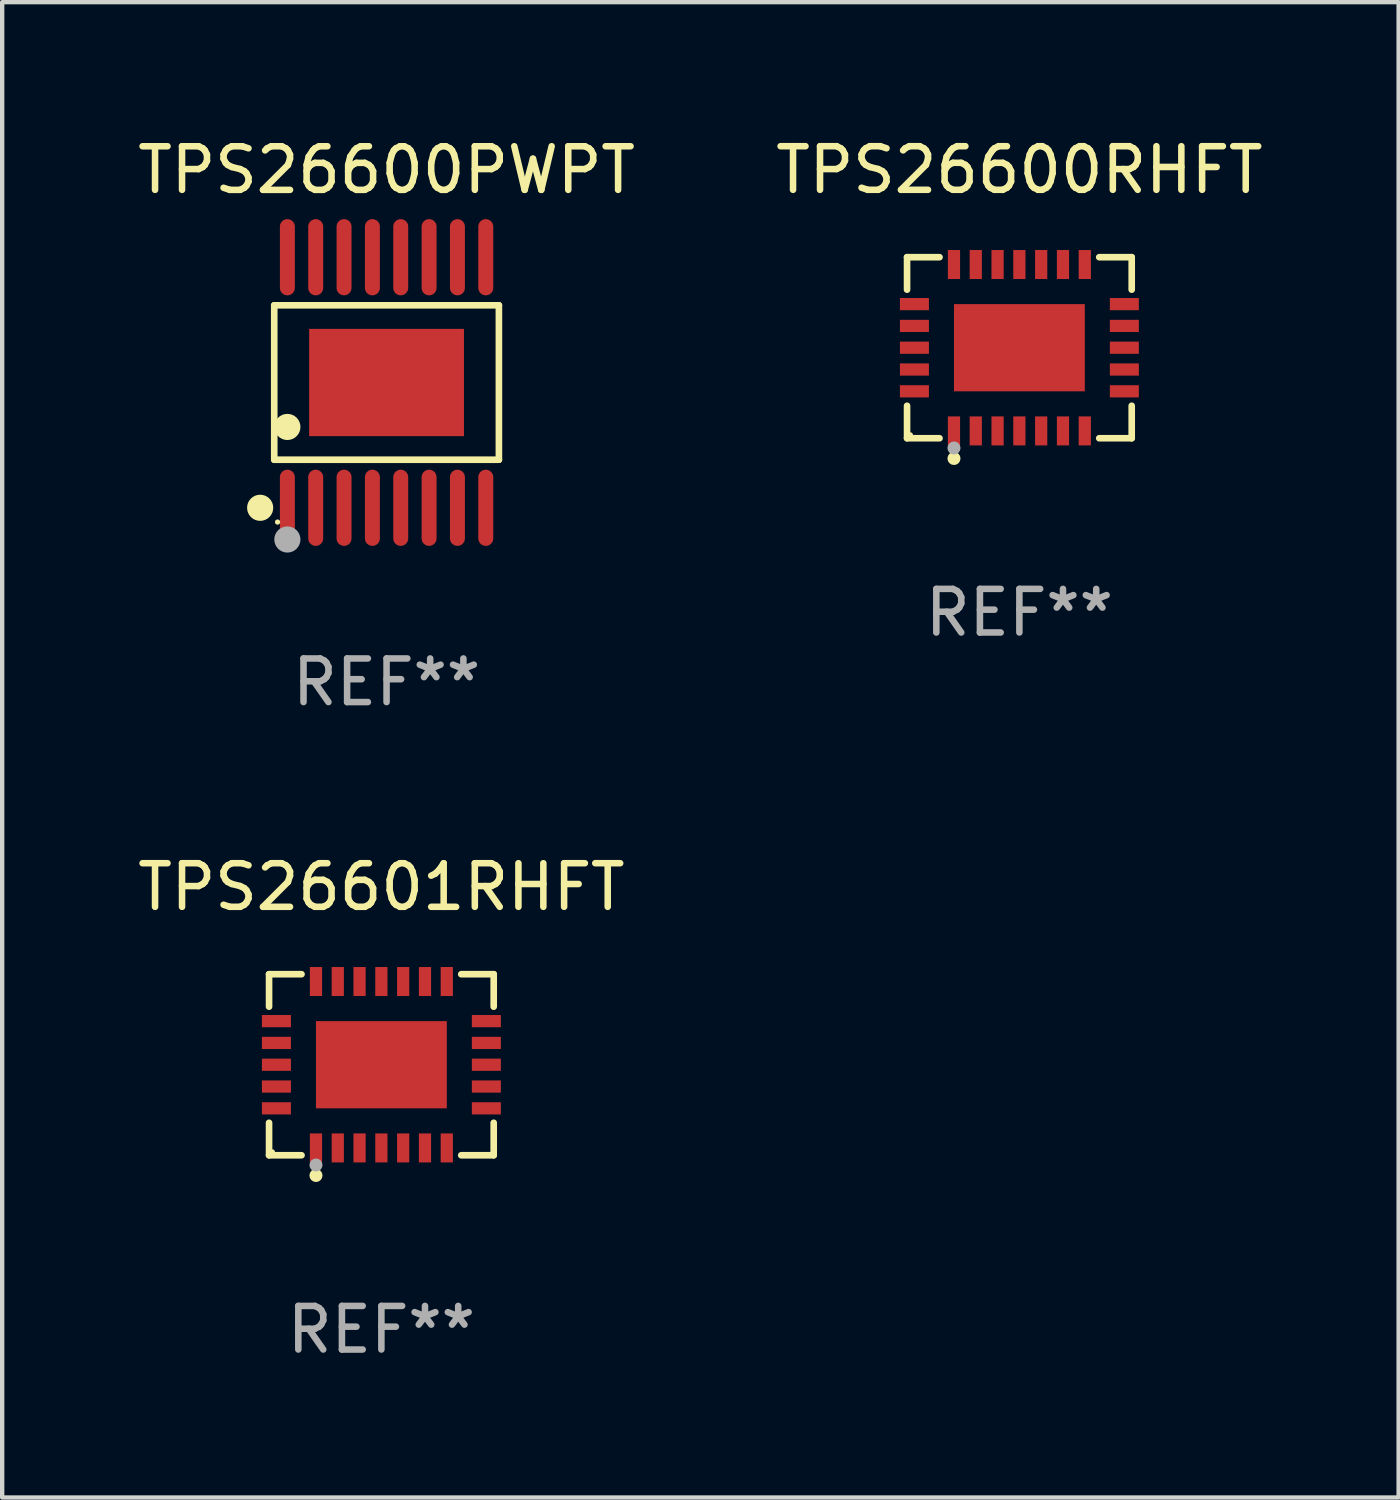
<source format=kicad_pcb>
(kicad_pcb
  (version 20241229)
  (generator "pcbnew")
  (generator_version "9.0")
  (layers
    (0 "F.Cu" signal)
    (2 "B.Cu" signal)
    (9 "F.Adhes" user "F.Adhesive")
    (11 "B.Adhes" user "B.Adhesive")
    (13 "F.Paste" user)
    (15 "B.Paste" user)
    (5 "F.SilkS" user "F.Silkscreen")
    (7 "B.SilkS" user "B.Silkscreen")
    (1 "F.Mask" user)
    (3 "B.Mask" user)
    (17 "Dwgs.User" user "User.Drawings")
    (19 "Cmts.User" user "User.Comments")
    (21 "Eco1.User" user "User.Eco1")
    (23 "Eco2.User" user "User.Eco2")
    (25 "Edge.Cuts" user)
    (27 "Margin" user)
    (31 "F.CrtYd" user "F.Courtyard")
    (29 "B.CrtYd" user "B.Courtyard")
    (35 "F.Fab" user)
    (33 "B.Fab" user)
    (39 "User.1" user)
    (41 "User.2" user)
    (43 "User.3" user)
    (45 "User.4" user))
  (footprint "TPS26601RHFT"
    (layer "F.Cu")
    (at 5.696 21.367)
    (property "Reference" "TPS26601RHFT" (at 0 -4.076 0) (layer "F.SilkS") (effects (font (size 1 1) (thickness 0.15))))
    (attr through_hole)
    (fp_line (start -2.576 -2.076) (end -1.831 -2.076) (stroke (width 0.152) (type solid)) (layer "F.SilkS"))
    (fp_line (start -2.576 -1.331) (end -2.576 -2.076) (stroke (width 0.152) (type solid)) (layer "F.SilkS"))
    (fp_line (start -2.576 1.331) (end -2.576 2.076) (stroke (width 0.152) (type solid)) (layer "F.SilkS"))
    (fp_line (start -2.576 2.076) (end -1.831 2.076) (stroke (width 0.152) (type solid)) (layer "F.SilkS"))
    (fp_line (start 2.576 -2.076) (end 1.831 -2.076) (stroke (width 0.152) (type solid)) (layer "F.SilkS"))
    (fp_line (start 2.576 -1.331) (end 2.576 -2.076) (stroke (width 0.152) (type solid)) (layer "F.SilkS"))
    (fp_line (start 2.576 1.331) (end 2.576 2.076) (stroke (width 0.152) (type solid)) (layer "F.SilkS"))
    (fp_line (start 2.576 2.076) (end 1.831 2.076) (stroke (width 0.152) (type solid)) (layer "F.SilkS"))
    (fp_circle (center -2.5 2) (end -2.47 2) (stroke (width 0.06) (type solid)) (fill no) (layer "F.SilkS"))
    (fp_circle (center -1.5 2.54) (end -1.425 2.54) (stroke (width 0.15) (type solid)) (fill no) (layer "F.SilkS"))
    (fp_circle (center -1.5 2.3) (end -1.425 2.3) (stroke (width 0.15) (type solid)) (fill no) (layer "F.Fab"))
    (fp_text user "REF**" (at 0 6.076 0) (layer "F.Fab") (effects (font (size 1 1) (thickness 0.15))))
    (pad "1" smd rect (at -1.5 1.908) (size 0.28 0.665) (layers "F.Cu" "F.Mask" "F.Paste"))
    (pad "2" smd rect (at -1 1.908) (size 0.28 0.665) (layers "F.Cu" "F.Mask" "F.Paste"))
    (pad "3" smd rect (at -0.5 1.908) (size 0.28 0.665) (layers "F.Cu" "F.Mask" "F.Paste"))
    (pad "4" smd rect (at 0 1.908) (size 0.28 0.665) (layers "F.Cu" "F.Mask" "F.Paste"))
    (pad "5" smd rect (at 0.5 1.908) (size 0.28 0.665) (layers "F.Cu" "F.Mask" "F.Paste"))
    (pad "6" smd rect (at 1 1.908) (size 0.28 0.665) (layers "F.Cu" "F.Mask" "F.Paste"))
    (pad "7" smd rect (at 1.5 1.908) (size 0.28 0.665) (layers "F.Cu" "F.Mask" "F.Paste"))
    (pad "8" smd rect (at 2.407 1) (size 0.665 0.28) (layers "F.Cu" "F.Mask" "F.Paste"))
    (pad "9" smd rect (at 2.407 0.5) (size 0.665 0.28) (layers "F.Cu" "F.Mask" "F.Paste"))
    (pad "10" smd rect (at 2.407 0) (size 0.665 0.28) (layers "F.Cu" "F.Mask" "F.Paste"))
    (pad "11" smd rect (at 2.407 -0.5) (size 0.665 0.28) (layers "F.Cu" "F.Mask" "F.Paste"))
    (pad "12" smd rect (at 2.407 -1) (size 0.665 0.28) (layers "F.Cu" "F.Mask" "F.Paste"))
    (pad "13" smd rect (at 1.5 -1.908) (size 0.28 0.665) (layers "F.Cu" "F.Mask" "F.Paste"))
    (pad "14" smd rect (at 1 -1.908) (size 0.28 0.665) (layers "F.Cu" "F.Mask" "F.Paste"))
    (pad "15" smd rect (at 0.5 -1.908) (size 0.28 0.665) (layers "F.Cu" "F.Mask" "F.Paste"))
    (pad "16" smd rect (at 0 -1.908) (size 0.28 0.665) (layers "F.Cu" "F.Mask" "F.Paste"))
    (pad "17" smd rect (at -0.5 -1.908) (size 0.28 0.665) (layers "F.Cu" "F.Mask" "F.Paste"))
    (pad "18" smd rect (at -1 -1.908) (size 0.28 0.665) (layers "F.Cu" "F.Mask" "F.Paste"))
    (pad "19" smd rect (at -1.5 -1.908) (size 0.28 0.665) (layers "F.Cu" "F.Mask" "F.Paste"))
    (pad "20" smd rect (at -2.407 -1) (size 0.665 0.28) (layers "F.Cu" "F.Mask" "F.Paste"))
    (pad "21" smd rect (at -2.407 -0.5) (size 0.665 0.28) (layers "F.Cu" "F.Mask" "F.Paste"))
    (pad "22" smd rect (at -2.407 0) (size 0.665 0.28) (layers "F.Cu" "F.Mask" "F.Paste"))
    (pad "23" smd rect (at -2.407 0.5) (size 0.665 0.28) (layers "F.Cu" "F.Mask" "F.Paste"))
    (pad "24" smd rect (at -2.407 1) (size 0.665 0.28) (layers "F.Cu" "F.Mask" "F.Paste"))
    (pad "25" smd rect (at 0 0) (size 3 2) (layers "F.Cu" "F.Mask" "F.Paste")))
  (footprint "TPS26600PWPT"
    (layer "F.Cu")
    (at 5.815 5.722)
    (property "Reference" "TPS26600PWPT" (at 0 -4.873 0) (layer "F.SilkS") (effects (font (size 1 1) (thickness 0.15))))
    (attr through_hole)
    (fp_line (start -2.576 -1.771) (end 2.576 -1.771) (stroke (width 0.152) (type solid)) (layer "F.SilkS"))
    (fp_line (start -2.576 1.771) (end -2.576 -1.771) (stroke (width 0.152) (type solid)) (layer "F.SilkS"))
    (fp_line (start 2.576 -1.771) (end 2.576 1.771) (stroke (width 0.152) (type solid)) (layer "F.SilkS"))
    (fp_line (start 2.576 1.771) (end -2.576 1.771) (stroke (width 0.152) (type solid)) (layer "F.SilkS"))
    (fp_circle (center -2.899 2.873) (end -2.749 2.873) (stroke (width 0.3) (type solid)) (fill no) (layer "F.SilkS"))
    (fp_circle (center -2.5 3.2) (end -2.47 3.2) (stroke (width 0.06) (type solid)) (fill no) (layer "F.SilkS"))
    (fp_circle (center -2.275 1.019) (end -2.125 1.019) (stroke (width 0.3) (type solid)) (fill no) (layer "F.SilkS"))
    (fp_circle (center -2.275 3.6) (end -2.125 3.6) (stroke (width 0.3) (type solid)) (fill no) (layer "F.Fab"))
    (fp_text user "REF**" (at 0 6.873 0) (layer "F.Fab") (effects (font (size 1 1) (thickness 0.15))))
    (pad "1" smd oval (at -2.275 2.873) (size 0.343 1.747) (layers "F.Cu" "F.Mask" "F.Paste"))
    (pad "2" smd oval (at -1.625 2.873) (size 0.343 1.747) (layers "F.Cu" "F.Mask" "F.Paste"))
    (pad "3" smd oval (at -0.975 2.873) (size 0.343 1.747) (layers "F.Cu" "F.Mask" "F.Paste"))
    (pad "4" smd oval (at -0.325 2.873) (size 0.343 1.747) (layers "F.Cu" "F.Mask" "F.Paste"))
    (pad "5" smd oval (at 0.325 2.873) (size 0.343 1.747) (layers "F.Cu" "F.Mask" "F.Paste"))
    (pad "6" smd oval (at 0.975 2.873) (size 0.343 1.747) (layers "F.Cu" "F.Mask" "F.Paste"))
    (pad "7" smd oval (at 1.625 2.873) (size 0.343 1.747) (layers "F.Cu" "F.Mask" "F.Paste"))
    (pad "8" smd oval (at 2.275 2.873) (size 0.343 1.747) (layers "F.Cu" "F.Mask" "F.Paste"))
    (pad "9" smd oval (at 2.275 -2.873) (size 0.343 1.747) (layers "F.Cu" "F.Mask" "F.Paste"))
    (pad "10" smd oval (at 1.625 -2.873) (size 0.343 1.747) (layers "F.Cu" "F.Mask" "F.Paste"))
    (pad "11" smd oval (at 0.975 -2.873) (size 0.343 1.747) (layers "F.Cu" "F.Mask" "F.Paste"))
    (pad "12" smd oval (at 0.325 -2.873) (size 0.343 1.747) (layers "F.Cu" "F.Mask" "F.Paste"))
    (pad "13" smd oval (at -0.325 -2.873) (size 0.343 1.747) (layers "F.Cu" "F.Mask" "F.Paste"))
    (pad "14" smd oval (at -0.975 -2.873) (size 0.343 1.747) (layers "F.Cu" "F.Mask" "F.Paste"))
    (pad "15" smd oval (at -1.625 -2.873) (size 0.343 1.747) (layers "F.Cu" "F.Mask" "F.Paste"))
    (pad "16" smd oval (at -2.275 -2.873) (size 0.343 1.747) (layers "F.Cu" "F.Mask" "F.Paste"))
    (pad "17" smd rect (at 0 0) (size 3.55 2.46) (layers "F.Cu" "F.Mask" "F.Paste")))
  (footprint "TPS26600RHFT"
    (layer "F.Cu")
    (at 20.327 4.924)
    (property "Reference" "TPS26600RHFT" (at 0 -4.076 0) (layer "F.SilkS") (effects (font (size 1 1) (thickness 0.15))))
    (attr through_hole)
    (fp_line (start -2.576 -2.076) (end -1.831 -2.076) (stroke (width 0.152) (type solid)) (layer "F.SilkS"))
    (fp_line (start -2.576 -1.331) (end -2.576 -2.076) (stroke (width 0.152) (type solid)) (layer "F.SilkS"))
    (fp_line (start -2.576 1.331) (end -2.576 2.076) (stroke (width 0.152) (type solid)) (layer "F.SilkS"))
    (fp_line (start -2.576 2.076) (end -1.831 2.076) (stroke (width 0.152) (type solid)) (layer "F.SilkS"))
    (fp_line (start 2.576 -2.076) (end 1.831 -2.076) (stroke (width 0.152) (type solid)) (layer "F.SilkS"))
    (fp_line (start 2.576 -1.331) (end 2.576 -2.076) (stroke (width 0.152) (type solid)) (layer "F.SilkS"))
    (fp_line (start 2.576 1.331) (end 2.576 2.076) (stroke (width 0.152) (type solid)) (layer "F.SilkS"))
    (fp_line (start 2.576 2.076) (end 1.831 2.076) (stroke (width 0.152) (type solid)) (layer "F.SilkS"))
    (fp_circle (center -2.5 2) (end -2.47 2) (stroke (width 0.06) (type solid)) (fill no) (layer "F.SilkS"))
    (fp_circle (center -1.5 2.54) (end -1.425 2.54) (stroke (width 0.15) (type solid)) (fill no) (layer "F.SilkS"))
    (fp_circle (center -1.5 2.3) (end -1.425 2.3) (stroke (width 0.15) (type solid)) (fill no) (layer "F.Fab"))
    (fp_text user "REF**" (at 0 6.076 0) (layer "F.Fab") (effects (font (size 1 1) (thickness 0.15))))
    (pad "1" smd rect (at -1.5 1.908) (size 0.28 0.665) (layers "F.Cu" "F.Mask" "F.Paste"))
    (pad "2" smd rect (at -1 1.908) (size 0.28 0.665) (layers "F.Cu" "F.Mask" "F.Paste"))
    (pad "3" smd rect (at -0.5 1.908) (size 0.28 0.665) (layers "F.Cu" "F.Mask" "F.Paste"))
    (pad "4" smd rect (at 0 1.908) (size 0.28 0.665) (layers "F.Cu" "F.Mask" "F.Paste"))
    (pad "5" smd rect (at 0.5 1.908) (size 0.28 0.665) (layers "F.Cu" "F.Mask" "F.Paste"))
    (pad "6" smd rect (at 1 1.908) (size 0.28 0.665) (layers "F.Cu" "F.Mask" "F.Paste"))
    (pad "7" smd rect (at 1.5 1.908) (size 0.28 0.665) (layers "F.Cu" "F.Mask" "F.Paste"))
    (pad "8" smd rect (at 2.407 1) (size 0.665 0.28) (layers "F.Cu" "F.Mask" "F.Paste"))
    (pad "9" smd rect (at 2.407 0.5) (size 0.665 0.28) (layers "F.Cu" "F.Mask" "F.Paste"))
    (pad "10" smd rect (at 2.407 0) (size 0.665 0.28) (layers "F.Cu" "F.Mask" "F.Paste"))
    (pad "11" smd rect (at 2.407 -0.5) (size 0.665 0.28) (layers "F.Cu" "F.Mask" "F.Paste"))
    (pad "12" smd rect (at 2.407 -1) (size 0.665 0.28) (layers "F.Cu" "F.Mask" "F.Paste"))
    (pad "13" smd rect (at 1.5 -1.908) (size 0.28 0.665) (layers "F.Cu" "F.Mask" "F.Paste"))
    (pad "14" smd rect (at 1 -1.908) (size 0.28 0.665) (layers "F.Cu" "F.Mask" "F.Paste"))
    (pad "15" smd rect (at 0.5 -1.908) (size 0.28 0.665) (layers "F.Cu" "F.Mask" "F.Paste"))
    (pad "16" smd rect (at 0 -1.908) (size 0.28 0.665) (layers "F.Cu" "F.Mask" "F.Paste"))
    (pad "17" smd rect (at -0.5 -1.908) (size 0.28 0.665) (layers "F.Cu" "F.Mask" "F.Paste"))
    (pad "18" smd rect (at -1 -1.908) (size 0.28 0.665) (layers "F.Cu" "F.Mask" "F.Paste"))
    (pad "19" smd rect (at -1.5 -1.908) (size 0.28 0.665) (layers "F.Cu" "F.Mask" "F.Paste"))
    (pad "20" smd rect (at -2.407 -1) (size 0.665 0.28) (layers "F.Cu" "F.Mask" "F.Paste"))
    (pad "21" smd rect (at -2.407 -0.5) (size 0.665 0.28) (layers "F.Cu" "F.Mask" "F.Paste"))
    (pad "22" smd rect (at -2.407 0) (size 0.665 0.28) (layers "F.Cu" "F.Mask" "F.Paste"))
    (pad "23" smd rect (at -2.407 0.5) (size 0.665 0.28) (layers "F.Cu" "F.Mask" "F.Paste"))
    (pad "24" smd rect (at -2.407 1) (size 0.665 0.28) (layers "F.Cu" "F.Mask" "F.Paste"))
    (pad "25" smd rect (at 0 0) (size 3 2) (layers "F.Cu" "F.Mask" "F.Paste")))
  (gr_rect
    (start -3 -3)
    (end 29.024 31.292)
    (stroke (width 0.1) (type default))
    (fill no)
    (layer "Edge.Cuts")))
</source>
